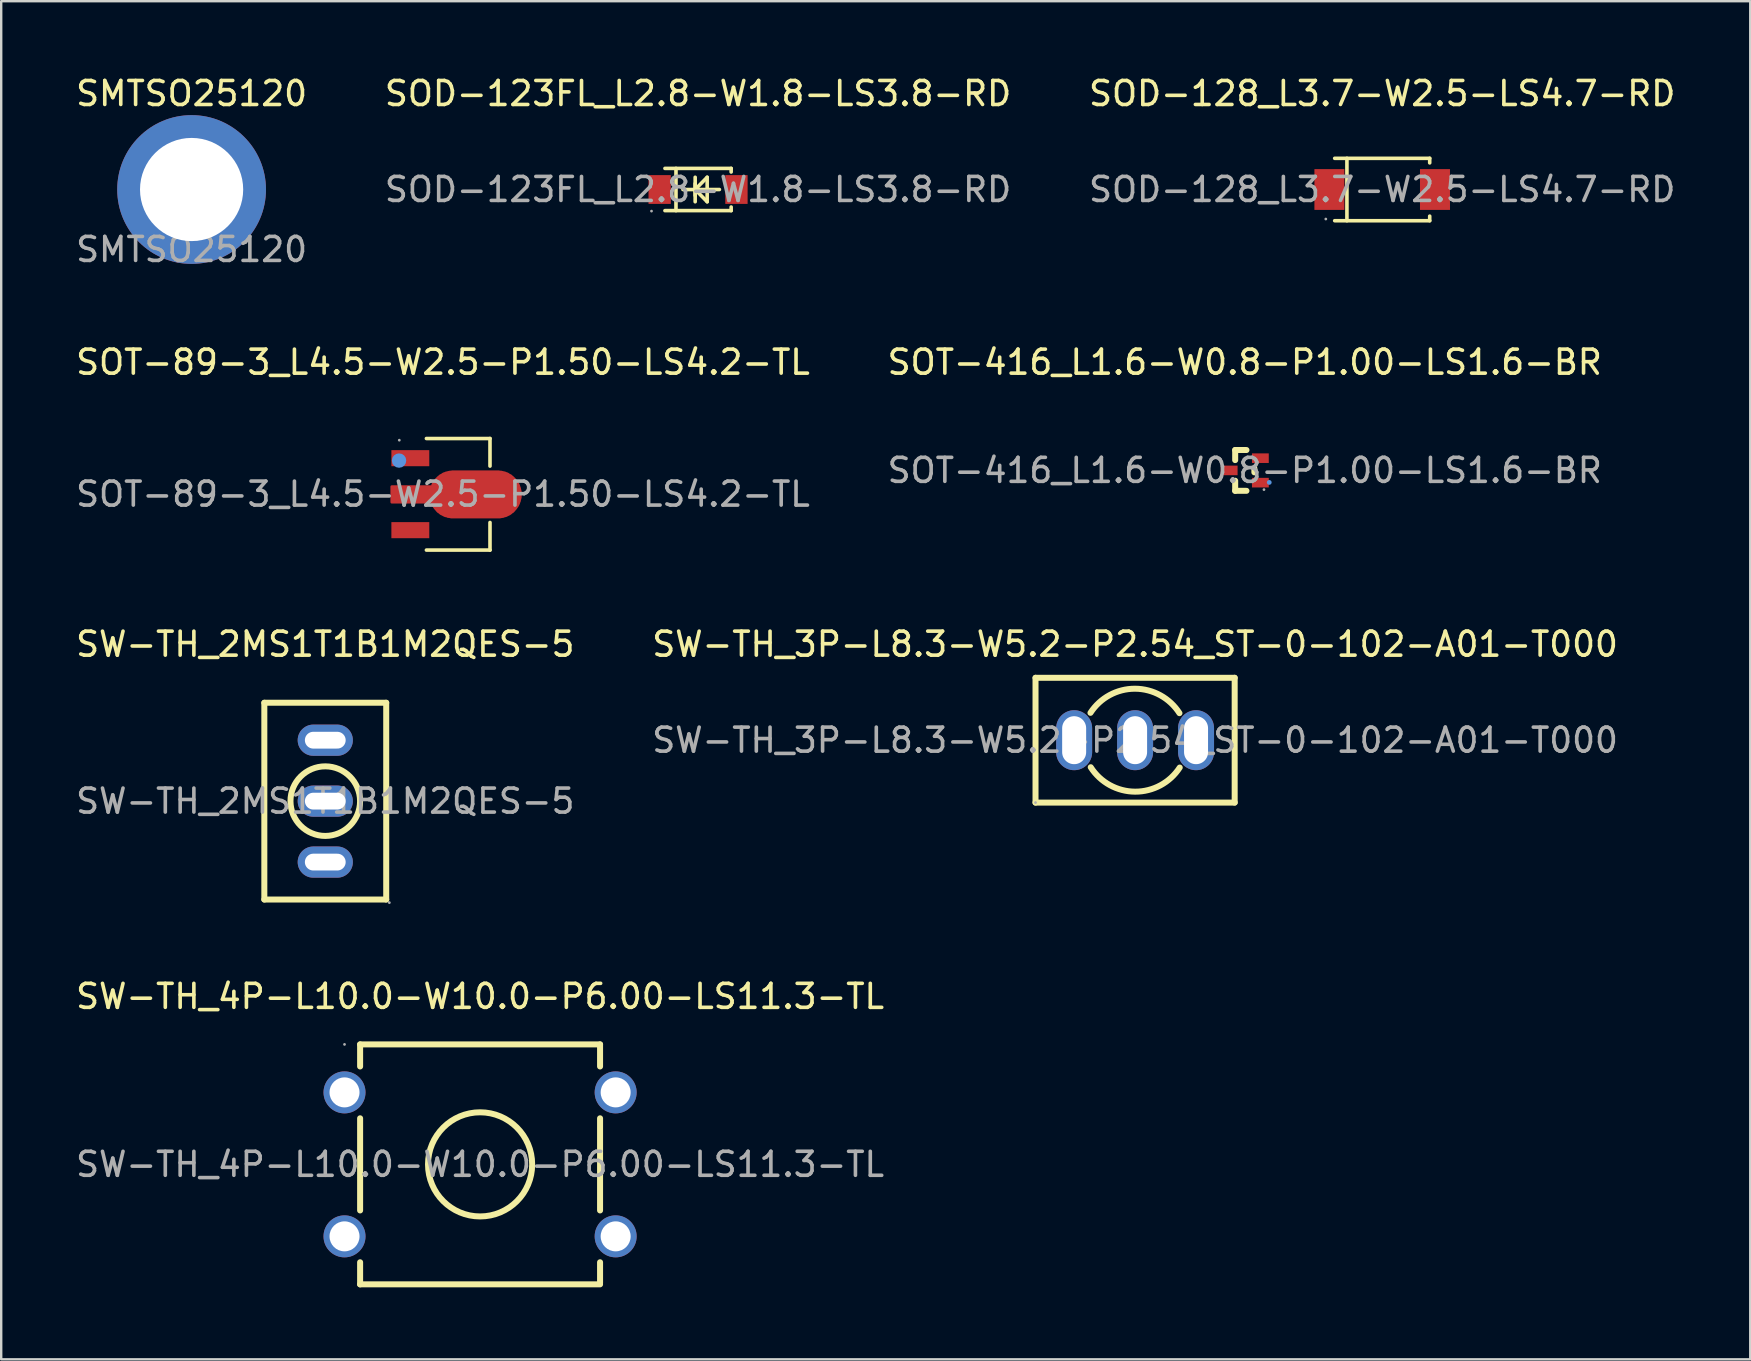
<source format=kicad_pcb>
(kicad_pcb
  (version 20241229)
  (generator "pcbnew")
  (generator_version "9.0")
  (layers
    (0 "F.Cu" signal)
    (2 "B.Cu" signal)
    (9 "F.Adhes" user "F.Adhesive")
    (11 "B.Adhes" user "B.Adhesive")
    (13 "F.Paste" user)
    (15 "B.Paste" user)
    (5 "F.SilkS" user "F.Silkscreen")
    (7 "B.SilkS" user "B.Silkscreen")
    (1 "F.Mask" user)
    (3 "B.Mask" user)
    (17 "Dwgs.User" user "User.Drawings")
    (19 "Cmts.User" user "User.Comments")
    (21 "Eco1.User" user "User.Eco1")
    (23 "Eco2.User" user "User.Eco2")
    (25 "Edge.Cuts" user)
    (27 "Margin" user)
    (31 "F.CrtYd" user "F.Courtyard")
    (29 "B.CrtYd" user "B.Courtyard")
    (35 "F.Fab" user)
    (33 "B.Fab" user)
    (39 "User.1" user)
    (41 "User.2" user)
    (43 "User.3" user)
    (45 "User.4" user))
  (footprint "SW-TH_3P-L8.3-W5.2-P2.54_ST-0-102-A01-T000"
    (layer "F.Cu")
    (at 44.256 27.798)
    (property "Reference" "SW-TH_3P-L8.3-W5.2-P2.54_ST-0-102-A01-T000" (at 0 -4 0) (layer "F.SilkS") (effects (font (size 1 1) (thickness 0.15))))
    (attr through_hole)
    (fp_line (start -4.15 -2.6) (end 4.15 -2.6) (stroke (width 0.25) (type solid)) (layer "F.SilkS"))
    (fp_line (start -4.15 2.6) (end -4.15 -2.6) (stroke (width 0.25) (type solid)) (layer "F.SilkS"))
    (fp_line (start 4.15 -2.6) (end 4.15 2.6) (stroke (width 0.25) (type solid)) (layer "F.SilkS"))
    (fp_line (start 4.15 2.6) (end -4.15 2.6) (stroke (width 0.25) (type solid)) (layer "F.SilkS"))
    (fp_arc (start -1.86 -1.14) (mid -0.002133 -2.145094) (end 1.848515 -1.12677) (stroke (width 0.25) (type solid)) (layer "F.SilkS"))
    (fp_arc (start 1.86 1.14) (mid 0.002133 2.145094) (end -1.848515 1.12677) (stroke (width 0.25) (type solid)) (layer "F.SilkS"))
    (fp_circle (center -4.15 2.6) (end -4.12 2.6) (stroke (width 0.06) (type solid)) (fill no) (layer "F.Fab"))
    (fp_text user "${REFERENCE}" (at 0 0 0) (layer "F.Fab") (effects (font (size 1 1) (thickness 0.15))))
    (pad "1" thru_hole oval (at -2.54 0) (size 1.5 2.5) (drill oval 1 2) (layers "*.Cu" "*.Mask"))
    (pad "2" thru_hole oval (at 0 0) (size 1.5 2.5) (drill oval 1 2) (layers "*.Cu" "*.Mask"))
    (pad "3" thru_hole oval (at 2.54 0) (size 1.5 2.5) (drill oval 1 2) (layers "*.Cu" "*.Mask")))
  (footprint "SOD-128_L3.7-W2.5-LS4.7-RD"
    (layer "F.Cu")
    (at 54.554 4.848)
    (property "Reference" "SOD-128_L3.7-W2.5-LS4.7-RD" (at 0 -4 0) (layer "F.SilkS") (effects (font (size 1 1) (thickness 0.15))))
    (attr smd)
    (fp_line (start -1.98 -1.3) (end 1.98 -1.3) (stroke (width 0.15) (type solid)) (layer "F.SilkS"))
    (fp_line (start -1.98 1.3) (end 1.98 1.3) (stroke (width 0.15) (type solid)) (layer "F.SilkS"))
    (fp_line (start -1.47 -1.3) (end -1.47 1.3) (stroke (width 0.15) (type solid)) (layer "F.SilkS"))
    (fp_line (start 1.98 -1.3) (end 1.98 -1.11) (stroke (width 0.15) (type solid)) (layer "F.SilkS"))
    (fp_line (start 1.98 1.3) (end 1.98 1.11) (stroke (width 0.15) (type solid)) (layer "F.SilkS"))
    (fp_circle (center -2.35 1.23) (end -2.32 1.23) (stroke (width 0.06) (type solid)) (fill no) (layer "F.Fab"))
    (fp_text user "${REFERENCE}" (at 0 0 0) (layer "F.Fab") (effects (font (size 1 1) (thickness 0.15))))
    (pad "1" smd rect (at -2.2 0 180) (size 1.25 1.7) (layers "F.Cu" "F.Mask" "F.Paste"))
    (pad "2" smd rect (at 2.2 0 180) (size 1.25 1.7) (layers "F.Cu" "F.Mask" "F.Paste")))
  (footprint "SOT-89-3_L4.5-W2.5-P1.50-LS4.2-TL"
    (layer "F.Cu")
    (at 15.411 17.545)
    (property "Reference" "SOT-89-3_L4.5-W2.5-P1.50-LS4.2-TL" (at 0 -5.5 0) (layer "F.SilkS") (effects (font (size 1 1) (thickness 0.15))))
    (attr through_hole)
    (fp_line (start -0.69 -2.32) (end 1.96 -2.32) (stroke (width 0.15) (type solid)) (layer "F.SilkS"))
    (fp_line (start -0.69 2.33) (end 1.96 2.33) (stroke (width 0.15) (type solid)) (layer "F.SilkS"))
    (fp_line (start 1.96 -2.32) (end 1.96 -1.17) (stroke (width 0.15) (type solid)) (layer "F.SilkS"))
    (fp_line (start 1.96 2.33) (end 1.96 1.18) (stroke (width 0.15) (type solid)) (layer "F.SilkS"))
    (fp_circle (center -1.83 -1.4) (end -1.68 -1.4) (stroke (width 0.3) (type solid)) (fill no) (layer "Cmts.User"))
    (fp_circle (center -1.82 -2.25) (end -1.79 -2.25) (stroke (width 0.06) (type solid)) (fill no) (layer "F.Fab"))
    (fp_text user "${REFERENCE}" (at 0 0 0) (layer "F.Fab") (effects (font (size 1 1) (thickness 0.15))))
    (pad "1" smd rect (at -1.36 -1.5 180) (size 1.58 0.67) (layers "F.Cu" "F.Mask" "F.Paste"))
    (pad "2" smd custom (at 1.36 0.01) (size 0.01 0.01) (layers "F.Cu" "F.Mask" "F.Paste") (options (anchor circle)) (primitives (gr_poly (pts (xy 0.92 0.95) (xy -0.93 0.95) (xy -0.98 0.95) (xy -1.02 0.95) (xy -1.06 0.94) (xy -1.11 0.93) (xy -1.15 0.93) (xy -1.19 0.91) (xy -1.24 0.9) (xy -1.28 0.89) (xy -1.32 0.87) (xy -1.36 0.85) (xy -1.4 0.83) (xy -1.44 0.81) (xy -1.48 0.78) (xy -1.51 0.75) (xy -1.55 0.73) (xy -1.58 0.7) (xy -1.61 0.67) (xy -1.64 0.63) (xy -1.67 0.6) (xy -1.7 0.56) (xy -1.72 0.53) (xy -1.75 0.49) (xy -1.77 0.45) (xy -1.79 0.41) (xy -1.81 0.33) (xy -3.5 0.33) (xy -3.5 -0.33) (xy -1.81 -0.33) (xy -1.79 -0.41) (xy -1.77 -0.45) (xy -1.75 -0.49) (xy -1.72 -0.52) (xy -1.7 -0.56) (xy -1.67 -0.6) (xy -1.64 -0.63) (xy -1.61 -0.66) (xy -1.58 -0.69) (xy -1.55 -0.72) (xy -1.51 -0.75) (xy -1.48 -0.78) (xy -1.44 -0.8) (xy -1.4 -0.82) (xy -1.36 -0.85) (xy -1.32 -0.87) (xy -1.28 -0.88) (xy -1.24 -0.9) (xy -1.19 -0.91) (xy -1.15 -0.92) (xy -1.11 -0.93) (xy -1.06 -0.94) (xy -1.02 -0.94) (xy -0.98 -0.95) (xy -0.93 -0.95) (xy 0.92 -0.95) (xy 0.97 -0.95) (xy 1.01 -0.94) (xy 1.06 -0.94) (xy 1.1 -0.93) (xy 1.14 -0.92) (xy 1.19 -0.91) (xy 1.23 -0.9) (xy 1.27 -0.88) (xy 1.31 -0.87) (xy 1.35 -0.85) (xy 1.39 -0.82) (xy 1.43 -0.8) (xy 1.47 -0.78) (xy 1.5 -0.75) (xy 1.54 -0.72) (xy 1.57 -0.69) (xy 1.6 -0.66) (xy 1.63 -0.63) (xy 1.66 -0.6) (xy 1.69 -0.56) (xy 1.71 -0.52) (xy 1.74 -0.49) (xy 1.76 -0.45) (xy 1.78 -0.41) (xy 1.8 -0.37) (xy 1.81 -0.33) (xy 1.83 -0.28) (xy 1.84 -0.24) (xy 1.85 -0.2) (xy 1.86 -0.15) (xy 1.87 -0.11) (xy 1.87 -0.07) (xy 1.87 -0.02) (xy 1.87 0.02) (xy 1.87 0.07) (xy 1.87 0.11) (xy 1.86 0.16) (xy 1.85 0.2) (xy 1.84 0.24) (xy 1.83 0.29) (xy 1.81 0.33) (xy 1.8 0.37) (xy 1.78 0.41) (xy 1.76 0.45) (xy 1.74 0.49) (xy 1.71 0.53) (xy 1.69 0.56) (xy 1.66 0.6) (xy 1.63 0.63) (xy 1.6 0.67) (xy 1.57 0.7) (xy 1.54 0.73) (xy 1.5 0.75) (xy 1.47 0.78) (xy 1.43 0.81) (xy 1.39 0.83) (xy 1.35 0.85) (xy 1.31 0.87) (xy 1.27 0.89) (xy 1.23 0.9) (xy 1.19 0.91) (xy 1.14 0.93) (xy 1.1 0.93) (xy 1.06 0.94) (xy 1.01 0.95) (xy 0.97 0.95) (xy 0.92 0.95)) (width 0.1) (fill yes))))
    (pad "3" smd rect (at -1.36 1.5 180) (size 1.58 0.67) (layers "F.Cu" "F.Mask" "F.Paste")))
  (footprint "SMTSO25120"
    (layer "F.Cu")
    (at 4.935 4.848)
    (property "Reference" "SMTSO25120" (at 0 -4 0) (unlocked yes) (layer "F.SilkS") (effects (font (size 1 1) (thickness 0.15))))
    (attr through_hole)
    (fp_text user "${REFERENCE}" (at 0 2.5 0) (unlocked yes) (layer "F.Fab") (effects (font (size 1 1) (thickness 0.15))))
    (pad "1" thru_hole circle (at 0 0) (size 6.2 6.2) (drill 4.3) (layers "*.Cu" "*.Paste" "*.Mask")))
  (footprint "SOD-123FL_L2.8-W1.8-LS3.8-RD"
    (layer "F.Cu")
    (at 26.042 4.848)
    (property "Reference" "SOD-123FL_L2.8-W1.8-LS3.8-RD" (at 0 -4 0) (layer "F.SilkS") (effects (font (size 1 1) (thickness 0.15))))
    (attr smd)
    (fp_line (start -1.38 -0.88) (end 1.38 -0.88) (stroke (width 0.15) (type solid)) (layer "F.SilkS"))
    (fp_line (start -1.38 0.88) (end 1.38 0.88) (stroke (width 0.15) (type solid)) (layer "F.SilkS"))
    (fp_line (start -0.92 -0.88) (end -0.92 0.88) (stroke (width 0.15) (type solid)) (layer "F.SilkS"))
    (fp_line (start -0.63 0) (end 0.89 0) (stroke (width 0.15) (type solid)) (layer "F.SilkS"))
    (fp_line (start -0.12 -0.51) (end -0.12 0.51) (stroke (width 0.15) (type solid)) (layer "F.SilkS"))
    (fp_line (start -0.12 0) (end 0.38 -0.51) (stroke (width 0.15) (type solid)) (layer "F.SilkS"))
    (fp_line (start -0.12 0) (end 0.38 0.51) (stroke (width 0.15) (type solid)) (layer "F.SilkS"))
    (fp_line (start -0.12 0.25) (end -0.12 -0.25) (stroke (width 0.15) (type solid)) (layer "F.SilkS"))
    (fp_line (start 0.38 0.51) (end 0.38 -0.51) (stroke (width 0.15) (type solid)) (layer "F.SilkS"))
    (fp_line (start 1.38 -0.88) (end 1.38 -0.73) (stroke (width 0.15) (type solid)) (layer "F.SilkS"))
    (fp_line (start 1.38 0.88) (end 1.38 0.73) (stroke (width 0.15) (type solid)) (layer "F.SilkS"))
    (fp_circle (center -1.94 0.9) (end -1.91 0.9) (stroke (width 0.06) (type solid)) (fill no) (layer "F.Fab"))
    (fp_text user "${REFERENCE}" (at 0 0 0) (layer "F.Fab") (effects (font (size 1 1) (thickness 0.15))))
    (pad "1" smd rect (at -1.6 0 180) (size 0.93 1.2) (layers "F.Cu" "F.Mask" "F.Paste"))
    (pad "2" smd rect (at 1.6 0 180) (size 0.93 1.2) (layers "F.Cu" "F.Mask" "F.Paste")))
  (footprint "SW-TH_2MS1T1B1M2QES-5"
    (layer "F.Cu")
    (at 10.506 30.338)
    (property "Reference" "SW-TH_2MS1T1B1M2QES-5" (at 0 -6.54 0) (layer "F.SilkS") (effects (font (size 1 1) (thickness 0.15))))
    (attr through_hole)
    (fp_line (start -2.54 -4.1) (end -2.54 4.1) (stroke (width 0.25) (type solid)) (layer "F.SilkS"))
    (fp_line (start -2.54 -4.1) (end 2.54 -4.1) (stroke (width 0.25) (type solid)) (layer "F.SilkS"))
    (fp_line (start -2.54 4.1) (end 2.54 4.1) (stroke (width 0.25) (type solid)) (layer "F.SilkS"))
    (fp_line (start 2.54 -4.1) (end 2.54 4.1) (stroke (width 0.25) (type solid)) (layer "F.SilkS"))
    (fp_circle (center 0 0) (end 1.45 0) (stroke (width 0.25) (type solid)) (fill no) (layer "F.SilkS"))
    (fp_circle (center 2.67 4.23) (end 2.7 4.23) (stroke (width 0.06) (type solid)) (fill no) (layer "F.Fab"))
    (fp_text user "${REFERENCE}" (at 0 0 0) (layer "F.Fab") (effects (font (size 1 1) (thickness 0.15))))
    (pad "1" thru_hole oval (at 0 2.54) (size 2.3 1.3) (drill oval 1.7 0.7) (layers "*.Cu" "*.Mask"))
    (pad "2" thru_hole oval (at 0 0) (size 2.3 1.3) (drill oval 1.7 0.7) (layers "*.Cu" "*.Mask"))
    (pad "3" thru_hole oval (at 0 -2.54) (size 2.3 1.3) (drill oval 1.7 0.7) (layers "*.Cu" "*.Mask")))
  (footprint "SOT-416_L1.6-W0.8-P1.00-LS1.6-BR"
    (layer "F.Cu")
    (at 48.827 16.555)
    (property "Reference" "SOT-416_L1.6-W0.8-P1.00-LS1.6-BR" (at 0 -4.51 0) (layer "F.SilkS") (effects (font (size 1 1) (thickness 0.15))))
    (attr smd)
    (fp_line (start -0.4 -0.85) (end -0.4 -0.43) (stroke (width 0.25) (type solid)) (layer "F.SilkS"))
    (fp_line (start -0.4 -0.85) (end 0.07 -0.85) (stroke (width 0.25) (type solid)) (layer "F.SilkS"))
    (fp_line (start -0.4 0.43) (end -0.4 0.85) (stroke (width 0.25) (type solid)) (layer "F.SilkS"))
    (fp_line (start -0.4 0.85) (end 0.07 0.85) (stroke (width 0.25) (type solid)) (layer "F.SilkS"))
    (fp_line (start 0.4 -0.08) (end 0.4 0.08) (stroke (width 0.25) (type solid)) (layer "F.SilkS"))
    (fp_circle (center 1.02 0.5) (end 1.07 0.5) (stroke (width 0.1) (type solid)) (fill no) (layer "Cmts.User"))
    (fp_circle (center 0.8 0.8) (end 0.83 0.8) (stroke (width 0.06) (type solid)) (fill no) (layer "F.Fab"))
    (fp_text user "${REFERENCE}" (at 0 0 0) (layer "F.Fab") (effects (font (size 1 1) (thickness 0.15))))
    (pad "1" smd rect (at 0.65 0.51 90) (size 0.4 0.7) (layers "F.Cu" "F.Mask" "F.Paste"))
    (pad "2" smd rect (at 0.65 -0.51 90) (size 0.4 0.7) (layers "F.Cu" "F.Mask" "F.Paste"))
    (pad "3" smd rect (at -0.65 0 90) (size 0.4 0.7) (layers "F.Cu" "F.Mask" "F.Paste")))
  (footprint "SW-TH_4P-L10.0-W10.0-P6.00-LS11.3-TL"
    (layer "F.Cu")
    (at 16.958 45.476)
    (property "Reference" "SW-TH_4P-L10.0-W10.0-P6.00-LS11.3-TL" (at 0 -7 0) (layer "F.SilkS") (effects (font (size 1 1) (thickness 0.15))))
    (attr through_hole)
    (fp_line (start -5 -5) (end 5 -5) (stroke (width 0.25) (type solid)) (layer "F.SilkS"))
    (fp_line (start -5 -4.08) (end -5 -5) (stroke (width 0.25) (type solid)) (layer "F.SilkS"))
    (fp_line (start -5 1.92) (end -5 -1.92) (stroke (width 0.25) (type solid)) (layer "F.SilkS"))
    (fp_line (start -5 5) (end -5 4.08) (stroke (width 0.25) (type solid)) (layer "F.SilkS"))
    (fp_line (start -5 5) (end 5 5) (stroke (width 0.25) (type solid)) (layer "F.SilkS"))
    (fp_line (start 5 -5) (end 5 -4.08) (stroke (width 0.25) (type solid)) (layer "F.SilkS"))
    (fp_line (start 5 -1.92) (end 5 1.92) (stroke (width 0.25) (type solid)) (layer "F.SilkS"))
    (fp_line (start 5 4.08) (end 5 4.95) (stroke (width 0.25) (type solid)) (layer "F.SilkS"))
    (fp_circle (center 0 0) (end 2.17 0) (stroke (width 0.25) (type solid)) (fill no) (layer "F.SilkS"))
    (fp_circle (center -5.65 -5) (end -5.62 -5) (stroke (width 0.06) (type solid)) (fill no) (layer "F.Fab"))
    (fp_text user "${REFERENCE}" (at 0 0 0) (layer "F.Fab") (effects (font (size 1 1) (thickness 0.15))))
    (pad "1" thru_hole circle (at -5.65 -3 90) (size 1.75 1.75) (drill 1.25) (layers "*.Cu" "*.Mask"))
    (pad "2" thru_hole circle (at 5.65 -3 90) (size 1.75 1.75) (drill 1.25) (layers "*.Cu" "*.Mask"))
    (pad "3" thru_hole circle (at -5.65 3 90) (size 1.75 1.75) (drill 1.25) (layers "*.Cu" "*.Mask"))
    (pad "4" thru_hole circle (at 5.65 3 90) (size 1.75 1.75) (drill 1.25) (layers "*.Cu" "*.Mask")))
  (gr_rect
    (start -3 -3)
    (end 69.893 53.601)
    (stroke (width 0.1) (type default))
    (fill no)
    (layer "Edge.Cuts")))
</source>
